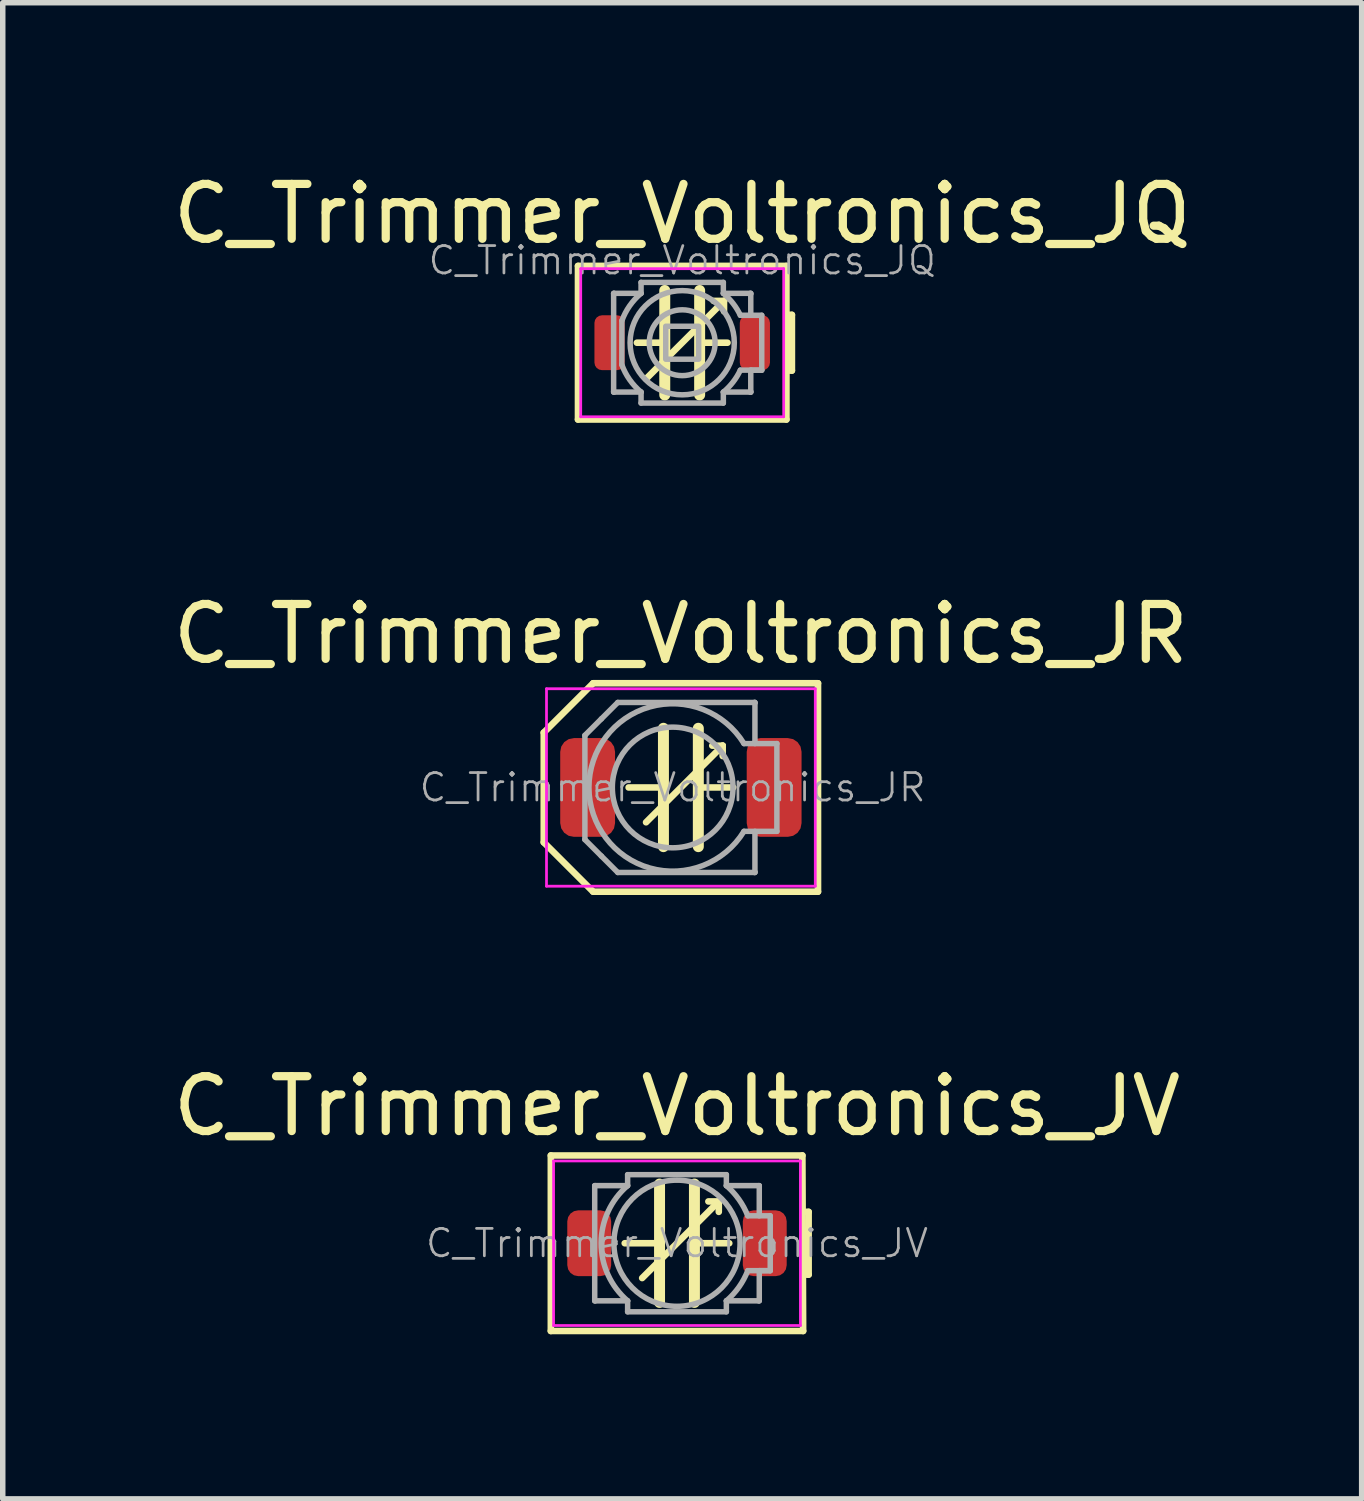
<source format=kicad_pcb>
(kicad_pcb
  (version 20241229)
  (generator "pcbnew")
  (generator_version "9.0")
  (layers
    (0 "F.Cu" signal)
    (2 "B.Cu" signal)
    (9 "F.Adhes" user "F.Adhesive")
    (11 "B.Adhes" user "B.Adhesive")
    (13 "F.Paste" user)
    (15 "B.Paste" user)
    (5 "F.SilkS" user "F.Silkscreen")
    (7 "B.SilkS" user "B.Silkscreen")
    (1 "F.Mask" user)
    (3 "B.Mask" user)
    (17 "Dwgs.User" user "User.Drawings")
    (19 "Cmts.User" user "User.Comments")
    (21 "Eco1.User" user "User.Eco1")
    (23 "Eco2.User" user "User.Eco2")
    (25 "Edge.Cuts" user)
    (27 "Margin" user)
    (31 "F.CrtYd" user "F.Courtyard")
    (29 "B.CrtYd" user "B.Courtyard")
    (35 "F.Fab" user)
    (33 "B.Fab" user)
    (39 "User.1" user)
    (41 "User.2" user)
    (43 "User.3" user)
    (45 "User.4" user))
  (footprint "C_Trimmer_Voltronics_JR"
    (layer "F.Cu")
    (at 9.363 11.306)
    (property "Reference" "C_Trimmer_Voltronics_JR" (at 0 -2.8 0) (layer "F.SilkS") (effects (font (size 1 1) (thickness 0.15))))
    (attr smd)
    (fp_line (start -2.5 -1) (end -2.5 1) (stroke (width 0.12) (type solid)) (layer "F.SilkS"))
    (fp_line (start -2.5 1) (end -1.6 1.9) (stroke (width 0.12) (type solid)) (layer "F.SilkS"))
    (fp_line (start -1.6 -1.9) (end -2.5 -1) (stroke (width 0.12) (type solid)) (layer "F.SilkS"))
    (fp_line (start -1.6 1.9) (end 2.5 1.9) (stroke (width 0.12) (type solid)) (layer "F.SilkS"))
    (fp_line (start -0.635 0.635) (end 0.762 -0.762) (stroke (width 0.12) (type solid)) (layer "F.SilkS"))
    (fp_line (start -0.318 -1.079) (end -0.318 1.079) (stroke (width 0.2) (type solid)) (layer "F.SilkS"))
    (fp_line (start -0.318 0) (end -0.953 0) (stroke (width 0.12) (type solid)) (layer "F.SilkS"))
    (fp_line (start 0.318 -1.079) (end 0.318 1.079) (stroke (width 0.2) (type solid)) (layer "F.SilkS"))
    (fp_line (start 0.762 -0.762) (end 0.572 -0.762) (stroke (width 0.12) (type solid)) (layer "F.SilkS"))
    (fp_line (start 0.762 -0.762) (end 0.762 -0.572) (stroke (width 0.12) (type solid)) (layer "F.SilkS"))
    (fp_line (start 0.953 0) (end 0.318 0) (stroke (width 0.12) (type solid)) (layer "F.SilkS"))
    (fp_line (start 2.5 -1.9) (end -1.6 -1.9) (stroke (width 0.12) (type solid)) (layer "F.SilkS"))
    (fp_line (start 2.5 1.9) (end 2.5 -1.9) (stroke (width 0.12) (type solid)) (layer "F.SilkS"))
    (fp_line (start -2.45 -1.8) (end -2.45 1.8) (stroke (width 0.05) (type solid)) (layer "F.CrtYd"))
    (fp_line (start -2.45 1.8) (end 2.45 1.8) (stroke (width 0.05) (type solid)) (layer "F.CrtYd"))
    (fp_line (start 2.45 -1.8) (end -2.45 -1.8) (stroke (width 0.05) (type solid)) (layer "F.CrtYd"))
    (fp_line (start 2.45 1.8) (end 2.45 -1.8) (stroke (width 0.05) (type solid)) (layer "F.CrtYd"))
    (fp_line (start -1.75 -0.95) (end -1.45 -1.25) (stroke (width 0.1) (type solid)) (layer "F.Fab"))
    (fp_line (start -1.75 0.95) (end -1.75 -0.95) (stroke (width 0.1) (type solid)) (layer "F.Fab"))
    (fp_line (start -1.45 -1.25) (end -1.15 -1.55) (stroke (width 0.1) (type solid)) (layer "F.Fab"))
    (fp_line (start -1.45 1.25) (end -1.75 0.95) (stroke (width 0.1) (type solid)) (layer "F.Fab"))
    (fp_line (start -1.15 -1.55) (end 1.34 -1.55) (stroke (width 0.1) (type solid)) (layer "F.Fab"))
    (fp_line (start -1.15 1.55) (end -1.45 1.25) (stroke (width 0.1) (type solid)) (layer "F.Fab"))
    (fp_line (start 1.15 -0.8) (end 1.75 -0.8) (stroke (width 0.1) (type solid)) (layer "F.Fab"))
    (fp_line (start 1.34 -1.55) (end 1.35 -1.55) (stroke (width 0.1) (type solid)) (layer "F.Fab"))
    (fp_line (start 1.34 1.55) (end -1.15 1.55) (stroke (width 0.1) (type solid)) (layer "F.Fab"))
    (fp_line (start 1.35 -1.55) (end 1.35 -1.54) (stroke (width 0.1) (type solid)) (layer "F.Fab"))
    (fp_line (start 1.35 -1.54) (end 1.35 -0.8) (stroke (width 0.1) (type solid)) (layer "F.Fab"))
    (fp_line (start 1.35 1.54) (end 1.35 0.8) (stroke (width 0.1) (type solid)) (layer "F.Fab"))
    (fp_line (start 1.35 1.54) (end 1.35 1.55) (stroke (width 0.1) (type solid)) (layer "F.Fab"))
    (fp_line (start 1.35 1.55) (end 1.34 1.55) (stroke (width 0.1) (type solid)) (layer "F.Fab"))
    (fp_line (start 1.75 -0.8) (end 1.75 0.8) (stroke (width 0.1) (type solid)) (layer "F.Fab"))
    (fp_line (start 1.75 0.8) (end 1.15 0.8) (stroke (width 0.1) (type solid)) (layer "F.Fab"))
    (fp_arc (start 1.149999 0.8) (mid -1.676433 0) (end 1.149999 -0.8) (stroke (width 0.1) (type solid)) (layer "F.Fab"))
    (fp_circle (center -0.15 0) (end 0.95 0) (stroke (width 0.1) (type solid)) (fill no) (layer "F.Fab"))
    (fp_text user "${REFERENCE}" (at -0.15 0 0) (layer "F.Fab") (effects (font (size 0.5 0.5) (thickness 0.05))))
    (pad "1" smd roundrect (at -1.7 0) (size 1 1.8) (layers "F.Cu" "F.Mask" "F.Paste") (roundrect_rratio 0.25))
    (pad "2" smd roundrect (at 1.7 0) (size 1 1.8) (layers "F.Cu" "F.Mask" "F.Paste") (roundrect_rratio 0.25)))
  (footprint "C_Trimmer_Voltronics_JQ"
    (layer "F.Cu")
    (at 9.387 3.198)
    (property "Reference" "C_Trimmer_Voltronics_JQ" (at 0 -2.35 0) (layer "F.SilkS") (effects (font (size 1 1) (thickness 0.15))))
    (attr smd)
    (fp_line (start -1.9 -1.4) (end -1.9 1.4) (stroke (width 0.12) (type solid)) (layer "F.SilkS"))
    (fp_line (start -1.9 1.4) (end 1.9 1.4) (stroke (width 0.12) (type solid)) (layer "F.SilkS"))
    (fp_line (start -0.635 0.635) (end 0.762 -0.762) (stroke (width 0.12) (type solid)) (layer "F.SilkS"))
    (fp_line (start -0.318 -0.953) (end -0.318 0.953) (stroke (width 0.2) (type solid)) (layer "F.SilkS"))
    (fp_line (start -0.318 0) (end -0.826 0) (stroke (width 0.12) (type solid)) (layer "F.SilkS"))
    (fp_line (start 0.318 -0.953) (end 0.318 0.953) (stroke (width 0.2) (type solid)) (layer "F.SilkS"))
    (fp_line (start 0.762 -0.762) (end 0.572 -0.762) (stroke (width 0.12) (type solid)) (layer "F.SilkS"))
    (fp_line (start 0.762 -0.762) (end 0.762 -0.572) (stroke (width 0.12) (type solid)) (layer "F.SilkS"))
    (fp_line (start 0.826 0) (end 0.318 0) (stroke (width 0.12) (type solid)) (layer "F.SilkS"))
    (fp_line (start 1.9 -1.4) (end -1.9 -1.4) (stroke (width 0.12) (type solid)) (layer "F.SilkS"))
    (fp_line (start 1.9 1.4) (end 1.9 -1.4) (stroke (width 0.12) (type solid)) (layer "F.SilkS"))
    (fp_line (start 1.937 -0.508) (end 2 -0.508) (stroke (width 0.12) (type solid)) (layer "F.SilkS"))
    (fp_line (start 2 -0.508) (end 2 0.508) (stroke (width 0.12) (type solid)) (layer "F.SilkS"))
    (fp_line (start 2 0.508) (end 1.937 0.508) (stroke (width 0.12) (type solid)) (layer "F.SilkS"))
    (fp_line (start -1.85 -1.35) (end -1.85 1.35) (stroke (width 0.05) (type solid)) (layer "F.CrtYd"))
    (fp_line (start -1.85 1.35) (end 1.85 1.35) (stroke (width 0.05) (type solid)) (layer "F.CrtYd"))
    (fp_line (start 1.85 -1.35) (end -1.85 -1.35) (stroke (width 0.05) (type solid)) (layer "F.CrtYd"))
    (fp_line (start 1.85 1.35) (end 1.85 -1.35) (stroke (width 0.05) (type solid)) (layer "F.CrtYd"))
    (fp_line (start -1.25 -0.9) (end -1.24 -0.9) (stroke (width 0.1) (type solid)) (layer "F.Fab"))
    (fp_line (start -1.25 -0.89) (end -1.25 -0.9) (stroke (width 0.1) (type solid)) (layer "F.Fab"))
    (fp_line (start -1.25 0.89) (end -1.25 -0.89) (stroke (width 0.1) (type solid)) (layer "F.Fab"))
    (fp_line (start -1.25 0.9) (end -1.25 0.89) (stroke (width 0.1) (type solid)) (layer "F.Fab"))
    (fp_line (start -1.24 -0.9) (end -0.75 -0.9) (stroke (width 0.1) (type solid)) (layer "F.Fab"))
    (fp_line (start -1.24 0.9) (end -1.25 0.9) (stroke (width 0.1) (type solid)) (layer "F.Fab"))
    (fp_line (start -1.24 0.9) (end -0.75 0.9) (stroke (width 0.1) (type solid)) (layer "F.Fab"))
    (fp_line (start -1.101 0.4) (end -1.1 -0.4) (stroke (width 0.1) (type solid)) (layer "F.Fab"))
    (fp_line (start -0.75 -1.1) (end 0.75 -1.1) (stroke (width 0.1) (type solid)) (layer "F.Fab"))
    (fp_line (start -0.75 -0.9) (end -0.75 -1.1) (stroke (width 0.1) (type solid)) (layer "F.Fab"))
    (fp_line (start -0.75 0.9) (end -0.75 1.1) (stroke (width 0.1) (type solid)) (layer "F.Fab"))
    (fp_line (start -0.75 1.1) (end 0.75 1.1) (stroke (width 0.1) (type solid)) (layer "F.Fab"))
    (fp_line (start 0.75 -1.1) (end 0.75 -0.9) (stroke (width 0.1) (type solid)) (layer "F.Fab"))
    (fp_line (start 0.75 0.9) (end 1.24 0.9) (stroke (width 0.1) (type solid)) (layer "F.Fab"))
    (fp_line (start 0.75 1.1) (end 0.75 0.9) (stroke (width 0.1) (type solid)) (layer "F.Fab"))
    (fp_line (start 1.06 -0.5) (end 1.45 -0.5) (stroke (width 0.1) (type solid)) (layer "F.Fab"))
    (fp_line (start 1.06 0.5) (end 1.45 0.5) (stroke (width 0.1) (type solid)) (layer "F.Fab"))
    (fp_line (start 1.24 -0.9) (end 0.75 -0.9) (stroke (width 0.1) (type solid)) (layer "F.Fab"))
    (fp_line (start 1.24 -0.9) (end 1.25 -0.9) (stroke (width 0.1) (type solid)) (layer "F.Fab"))
    (fp_line (start 1.25 -0.9) (end 1.25 -0.89) (stroke (width 0.1) (type solid)) (layer "F.Fab"))
    (fp_line (start 1.25 -0.89) (end 1.25 -0.5) (stroke (width 0.1) (type solid)) (layer "F.Fab"))
    (fp_line (start 1.25 0.89) (end 1.25 0.9) (stroke (width 0.1) (type solid)) (layer "F.Fab"))
    (fp_line (start 1.25 0.9) (end 1.24 0.9) (stroke (width 0.1) (type solid)) (layer "F.Fab"))
    (fp_line (start 1.25 0.9) (end 1.25 0.5) (stroke (width 0.1) (type solid)) (layer "F.Fab"))
    (fp_line (start 1.45 -0.5) (end 1.45 0.5) (stroke (width 0.1) (type solid)) (layer "F.Fab"))
    (fp_line (start 1.45 0.5) (end 1.25 0.5) (stroke (width 0.1) (type solid)) (layer "F.Fab"))
    (fp_rect (start -0.3 -0.3) (end 0.3 0.3) (stroke (width 0.1) (type solid)) (fill no) (layer "F.Fab"))
    (fp_arc (start -1.099999 -0.4) (mid -0.957932 -0.673053) (end -0.75 -0.9) (stroke (width 0.1) (type solid)) (layer "F.Fab"))
    (fp_arc (start -0.75 0.9) (mid -0.958625 0.673452) (end -1.101003 0.400365) (stroke (width 0.1) (type solid)) (layer "F.Fab"))
    (fp_arc (start 0.75 -0.9) (mid 0.92676 -0.716864) (end 1.06 -0.5) (stroke (width 0.1) (type solid)) (layer "F.Fab"))
    (fp_arc (start 1.059999 0.5) (mid 0.927021 0.717099) (end 0.7503 0.90036) (stroke (width 0.1) (type solid)) (layer "F.Fab"))
    (fp_circle (center 0 0) (end 0.6 0) (stroke (width 0.1) (type solid)) (fill no) (layer "F.Fab"))
    (fp_circle (center 0 0) (end 0.95 0) (stroke (width 0.1) (type solid)) (fill no) (layer "F.Fab"))
    (fp_text user "${REFERENCE}" (at 0 -1.5 0) (layer "F.Fab") (effects (font (size 0.5 0.5) (thickness 0.05))))
    (pad "1" smd roundrect (at -1.325 0) (size 0.55 1) (layers "F.Cu" "F.Mask" "F.Paste") (roundrect_rratio 0.25))
    (pad "2" smd roundrect (at 1.325 0) (size 0.55 1) (layers "F.Cu" "F.Mask" "F.Paste") (roundrect_rratio 0.25)))
  (footprint "C_Trimmer_Voltronics_JV"
    (layer "F.Cu")
    (at 9.292 19.615)
    (property "Reference" "C_Trimmer_Voltronics_JV" (at 0 -2.5 0) (layer "F.SilkS") (effects (font (size 1 1) (thickness 0.15))))
    (attr smd)
    (fp_line (start -2.3 -1.6) (end -2.3 1.6) (stroke (width 0.12) (type solid)) (layer "F.SilkS"))
    (fp_line (start -2.3 1.6) (end 2.3 1.6) (stroke (width 0.12) (type solid)) (layer "F.SilkS"))
    (fp_line (start -0.635 0.635) (end 0.762 -0.762) (stroke (width 0.12) (type solid)) (layer "F.SilkS"))
    (fp_line (start -0.318 -1.079) (end -0.318 1.079) (stroke (width 0.2) (type solid)) (layer "F.SilkS"))
    (fp_line (start -0.318 0) (end -0.953 0) (stroke (width 0.12) (type solid)) (layer "F.SilkS"))
    (fp_line (start 0.318 -1.079) (end 0.318 1.079) (stroke (width 0.2) (type solid)) (layer "F.SilkS"))
    (fp_line (start 0.762 -0.762) (end 0.572 -0.762) (stroke (width 0.12) (type solid)) (layer "F.SilkS"))
    (fp_line (start 0.762 -0.762) (end 0.762 -0.572) (stroke (width 0.12) (type solid)) (layer "F.SilkS"))
    (fp_line (start 0.953 0) (end 0.318 0) (stroke (width 0.12) (type solid)) (layer "F.SilkS"))
    (fp_line (start 2.286 -1.6) (end -2.3 -1.6) (stroke (width 0.12) (type solid)) (layer "F.SilkS"))
    (fp_line (start 2.3 1.6) (end 2.286 -1.6) (stroke (width 0.12) (type solid)) (layer "F.SilkS"))
    (fp_line (start 2.4 -0.572) (end 2.337 -0.572) (stroke (width 0.12) (type solid)) (layer "F.SilkS"))
    (fp_line (start 2.4 0.572) (end 2.337 0.572) (stroke (width 0.12) (type solid)) (layer "F.SilkS"))
    (fp_line (start 2.4 0.572) (end 2.4 -0.572) (stroke (width 0.12) (type solid)) (layer "F.SilkS"))
    (fp_line (start -2.25 -1.5) (end -2.25 1.5) (stroke (width 0.05) (type solid)) (layer "F.CrtYd"))
    (fp_line (start -2.25 1.5) (end 2.25 1.5) (stroke (width 0.05) (type solid)) (layer "F.CrtYd"))
    (fp_line (start 2.25 -1.5) (end -2.25 -1.5) (stroke (width 0.05) (type solid)) (layer "F.CrtYd"))
    (fp_line (start 2.25 1.5) (end 2.25 -1.5) (stroke (width 0.05) (type solid)) (layer "F.CrtYd"))
    (fp_line (start -1.5 -1.05) (end -1.49 -1.05) (stroke (width 0.1) (type solid)) (layer "F.Fab"))
    (fp_line (start -1.5 -1.04) (end -1.5 -1.05) (stroke (width 0.1) (type solid)) (layer "F.Fab"))
    (fp_line (start -1.5 1.04) (end -1.5 -1.04) (stroke (width 0.1) (type solid)) (layer "F.Fab"))
    (fp_line (start -1.5 1.05) (end -1.5 1.04) (stroke (width 0.1) (type solid)) (layer "F.Fab"))
    (fp_line (start -1.49 -1.05) (end -0.9 -1.05) (stroke (width 0.1) (type solid)) (layer "F.Fab"))
    (fp_line (start -1.49 1.05) (end -1.5 1.05) (stroke (width 0.1) (type solid)) (layer "F.Fab"))
    (fp_line (start -0.9 -1.25) (end 0.9 -1.25) (stroke (width 0.1) (type solid)) (layer "F.Fab"))
    (fp_line (start -0.9 -1.05) (end -0.9 -1.25) (stroke (width 0.1) (type solid)) (layer "F.Fab"))
    (fp_line (start -0.9 1.05) (end -1.49 1.05) (stroke (width 0.1) (type solid)) (layer "F.Fab"))
    (fp_line (start -0.9 1.05) (end -0.9 1.25) (stroke (width 0.1) (type solid)) (layer "F.Fab"))
    (fp_line (start -0.9 1.25) (end 0.9 1.25) (stroke (width 0.1) (type solid)) (layer "F.Fab"))
    (fp_line (start 0.9 -1.25) (end 0.9 -1.05) (stroke (width 0.1) (type solid)) (layer "F.Fab"))
    (fp_line (start 0.9 -1.05) (end 1.49 -1.05) (stroke (width 0.1) (type solid)) (layer "F.Fab"))
    (fp_line (start 0.9 1.25) (end 0.9 1.05) (stroke (width 0.1) (type solid)) (layer "F.Fab"))
    (fp_line (start 1.29 -0.5) (end 1.7 -0.5) (stroke (width 0.1) (type solid)) (layer "F.Fab"))
    (fp_line (start 1.29 0.5) (end 1.7 0.5) (stroke (width 0.1) (type solid)) (layer "F.Fab"))
    (fp_line (start 1.49 -1.05) (end 1.5 -1.05) (stroke (width 0.1) (type solid)) (layer "F.Fab"))
    (fp_line (start 1.49 1.05) (end 0.9 1.05) (stroke (width 0.1) (type solid)) (layer "F.Fab"))
    (fp_line (start 1.5 -1.05) (end 1.5 -1.04) (stroke (width 0.1) (type solid)) (layer "F.Fab"))
    (fp_line (start 1.5 -1.04) (end 1.5 -0.5) (stroke (width 0.1) (type solid)) (layer "F.Fab"))
    (fp_line (start 1.5 1.04) (end 1.5 0.5) (stroke (width 0.1) (type solid)) (layer "F.Fab"))
    (fp_line (start 1.5 1.04) (end 1.5 1.05) (stroke (width 0.1) (type solid)) (layer "F.Fab"))
    (fp_line (start 1.5 1.05) (end 1.49 1.05) (stroke (width 0.1) (type solid)) (layer "F.Fab"))
    (fp_line (start 1.7 -0.5) (end 1.7 0.5) (stroke (width 0.1) (type solid)) (layer "F.Fab"))
    (fp_line (start 1.7 0.5) (end 1.5 0.5) (stroke (width 0.1) (type solid)) (layer "F.Fab"))
    (fp_arc (start -0.9 1.049999) (mid -1.382931 0) (end -0.9 -1.049999) (stroke (width 0.1) (type solid)) (layer "F.Fab"))
    (fp_arc (start 0.9 -1.049999) (mid 1.128908 -0.799044) (end 1.29 -0.5) (stroke (width 0.1) (type solid)) (layer "F.Fab"))
    (fp_arc (start 1.29 0.5) (mid 1.12924 0.799323) (end 0.900376 1.050439) (stroke (width 0.1) (type solid)) (layer "F.Fab"))
    (fp_circle (center 0 0) (end 1.15 0) (stroke (width 0.1) (type solid)) (fill no) (layer "F.Fab"))
    (fp_text user "${REFERENCE}" (at 0 0 0) (layer "F.Fab") (effects (font (size 0.5 0.5) (thickness 0.05))))
    (pad "1" smd roundrect (at -1.6 0) (size 0.8 1.2) (layers "F.Cu" "F.Mask" "F.Paste") (roundrect_rratio 0.25))
    (pad "2" smd roundrect (at 1.6 0) (size 0.8 1.2) (layers "F.Cu" "F.Mask" "F.Paste") (roundrect_rratio 0.25)))
  (gr_rect
    (start -3 -3)
    (end 21.774 24.275)
    (stroke (width 0.1) (type default))
    (fill no)
    (layer "Edge.Cuts")))
</source>
